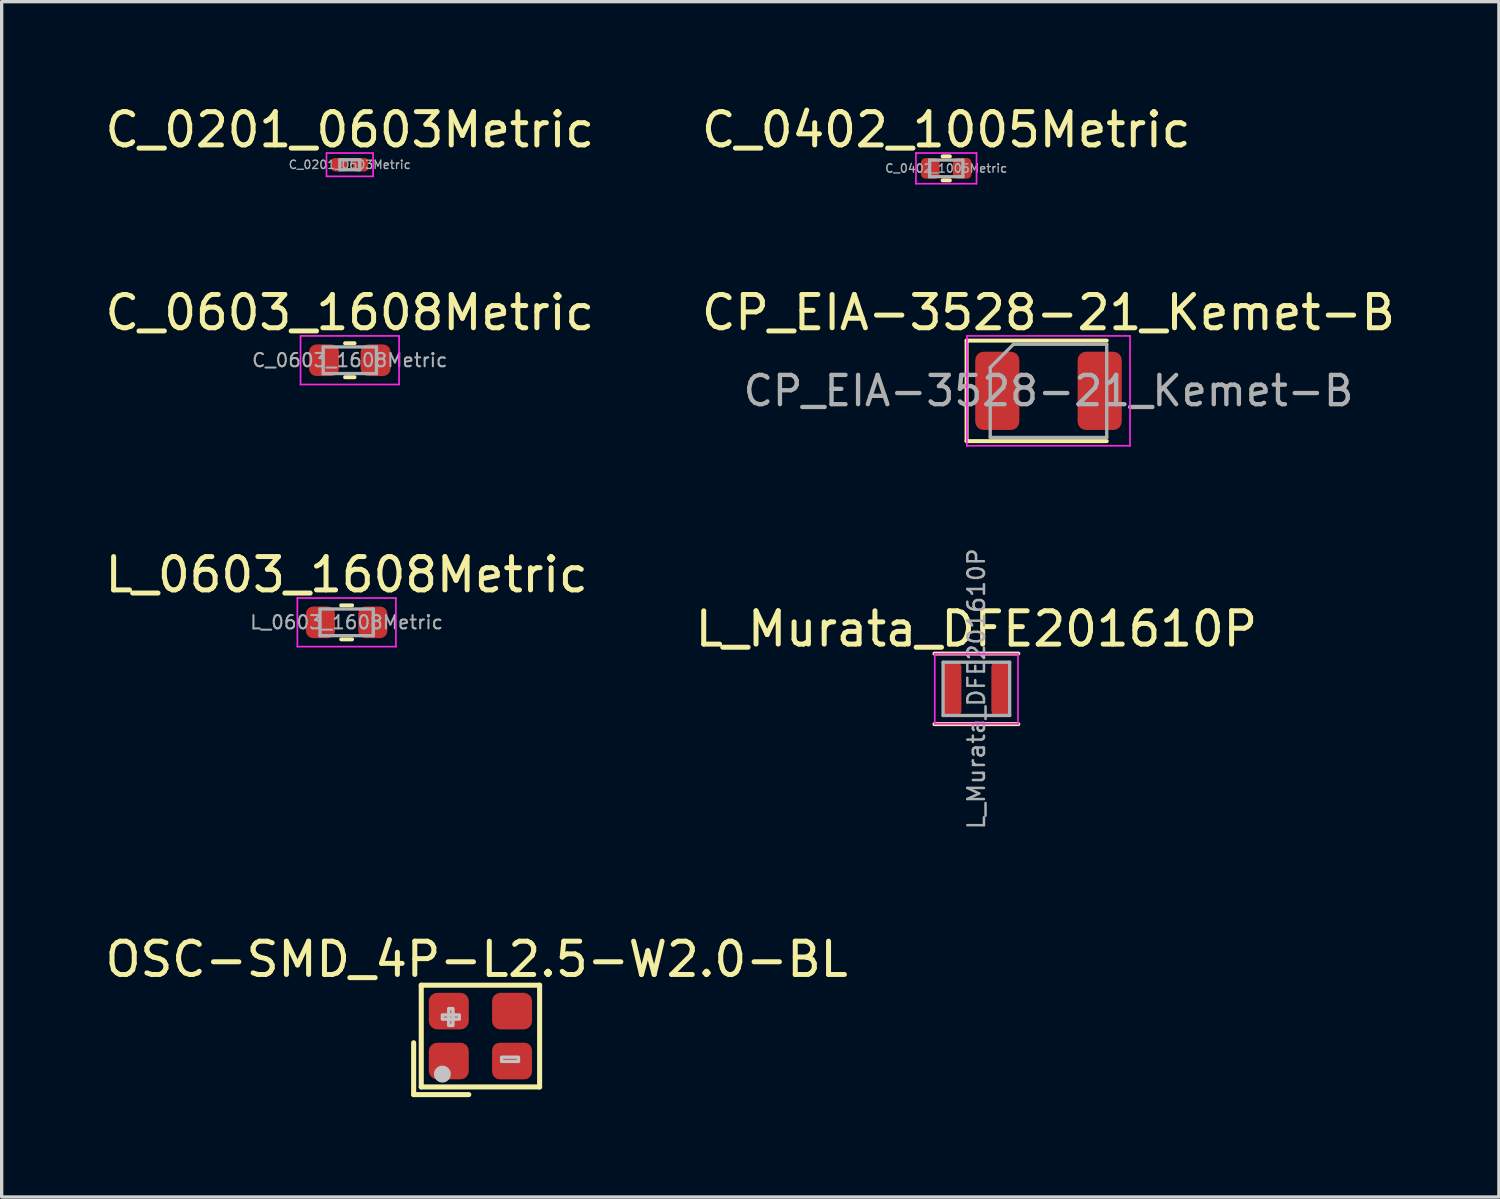
<source format=kicad_pcb>
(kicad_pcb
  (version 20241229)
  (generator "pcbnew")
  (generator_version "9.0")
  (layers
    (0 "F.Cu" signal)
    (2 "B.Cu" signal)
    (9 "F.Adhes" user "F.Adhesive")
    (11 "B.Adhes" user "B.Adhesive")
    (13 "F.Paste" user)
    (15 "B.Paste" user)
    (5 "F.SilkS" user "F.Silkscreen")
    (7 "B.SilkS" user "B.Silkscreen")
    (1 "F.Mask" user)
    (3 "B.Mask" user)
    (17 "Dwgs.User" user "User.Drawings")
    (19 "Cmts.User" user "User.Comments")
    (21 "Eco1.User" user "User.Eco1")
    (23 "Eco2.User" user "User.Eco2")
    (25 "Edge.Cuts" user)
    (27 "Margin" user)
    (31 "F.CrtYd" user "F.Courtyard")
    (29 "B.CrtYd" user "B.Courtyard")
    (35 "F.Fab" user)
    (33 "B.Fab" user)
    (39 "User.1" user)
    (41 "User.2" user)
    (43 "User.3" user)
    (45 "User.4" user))
  (footprint "L_0603_1608Metric"
    (layer "F.Cu")
    (at 7.363 15.645)
    (property "Reference" "L_0603_1608Metric" (at 0 -1.43 0) (layer "F.SilkS") (effects (font (size 1 1) (thickness 0.15))))
    (attr smd)
    (fp_line (start -0.163 -0.51) (end 0.163 -0.51) (stroke (width 0.12) (type solid)) (layer "F.SilkS"))
    (fp_line (start -0.163 0.51) (end 0.163 0.51) (stroke (width 0.12) (type solid)) (layer "F.SilkS"))
    (fp_line (start -1.48 -0.73) (end 1.48 -0.73) (stroke (width 0.05) (type solid)) (layer "F.CrtYd"))
    (fp_line (start -1.48 0.73) (end -1.48 -0.73) (stroke (width 0.05) (type solid)) (layer "F.CrtYd"))
    (fp_line (start 1.48 -0.73) (end 1.48 0.73) (stroke (width 0.05) (type solid)) (layer "F.CrtYd"))
    (fp_line (start 1.48 0.73) (end -1.48 0.73) (stroke (width 0.05) (type solid)) (layer "F.CrtYd"))
    (fp_line (start -0.8 -0.4) (end 0.8 -0.4) (stroke (width 0.1) (type solid)) (layer "F.Fab"))
    (fp_line (start -0.8 0.4) (end -0.8 -0.4) (stroke (width 0.1) (type solid)) (layer "F.Fab"))
    (fp_line (start 0.8 -0.4) (end 0.8 0.4) (stroke (width 0.1) (type solid)) (layer "F.Fab"))
    (fp_line (start 0.8 0.4) (end -0.8 0.4) (stroke (width 0.1) (type solid)) (layer "F.Fab"))
    (fp_text user "${REFERENCE}" (at 0 0 0) (layer "F.Fab") (effects (font (size 0.4 0.4) (thickness 0.06))))
    (pad "1" smd roundrect (at -0.787 0) (size 0.875 0.95) (layers "F.Cu" "F.Mask" "F.Paste") (roundrect_rratio 0.25))
    (pad "2" smd roundrect (at 0.787 0) (size 0.875 0.95) (layers "F.Cu" "F.Mask" "F.Paste") (roundrect_rratio 0.25)))
  (footprint "C_0402_1005Metric"
    (layer "F.Cu")
    (at 25.375 2.008)
    (property "Reference" "C_0402_1005Metric" (at 0 -1.16 0) (layer "F.SilkS") (effects (font (size 1 1) (thickness 0.15))))
    (attr smd)
    (fp_line (start -0.108 -0.36) (end 0.108 -0.36) (stroke (width 0.12) (type solid)) (layer "F.SilkS"))
    (fp_line (start -0.108 0.36) (end 0.108 0.36) (stroke (width 0.12) (type solid)) (layer "F.SilkS"))
    (fp_line (start -0.91 -0.46) (end 0.91 -0.46) (stroke (width 0.05) (type solid)) (layer "F.CrtYd"))
    (fp_line (start -0.91 0.46) (end -0.91 -0.46) (stroke (width 0.05) (type solid)) (layer "F.CrtYd"))
    (fp_line (start 0.91 -0.46) (end 0.91 0.46) (stroke (width 0.05) (type solid)) (layer "F.CrtYd"))
    (fp_line (start 0.91 0.46) (end -0.91 0.46) (stroke (width 0.05) (type solid)) (layer "F.CrtYd"))
    (fp_line (start -0.5 -0.25) (end 0.5 -0.25) (stroke (width 0.1) (type solid)) (layer "F.Fab"))
    (fp_line (start -0.5 0.25) (end -0.5 -0.25) (stroke (width 0.1) (type solid)) (layer "F.Fab"))
    (fp_line (start 0.5 -0.25) (end 0.5 0.25) (stroke (width 0.1) (type solid)) (layer "F.Fab"))
    (fp_line (start 0.5 0.25) (end -0.5 0.25) (stroke (width 0.1) (type solid)) (layer "F.Fab"))
    (fp_text user "${REFERENCE}" (at 0 0 0) (layer "F.Fab") (effects (font (size 0.25 0.25) (thickness 0.04))))
    (pad "1" smd roundrect (at -0.48 0 180) (size 0.56 0.62) (layers "F.Cu" "F.Mask" "F.Paste") (roundrect_rratio 0.25))
    (pad "2" smd roundrect (at 0.48 0 180) (size 0.56 0.62) (layers "F.Cu" "F.Mask" "F.Paste") (roundrect_rratio 0.25)))
  (footprint "CP_EIA-3528-21_Kemet-B"
    (layer "F.Cu")
    (at 28.446 8.691)
    (property "Reference" "CP_EIA-3528-21_Kemet-B" (at 0 -2.35 0) (layer "F.SilkS") (effects (font (size 1 1) (thickness 0.15))))
    (attr smd)
    (fp_line (start -2.46 -1.51) (end -2.46 1.51) (stroke (width 0.12) (type solid)) (layer "F.SilkS"))
    (fp_line (start -2.46 1.51) (end 1.75 1.51) (stroke (width 0.12) (type solid)) (layer "F.SilkS"))
    (fp_line (start 1.75 -1.51) (end -2.46 -1.51) (stroke (width 0.12) (type solid)) (layer "F.SilkS"))
    (fp_line (start -2.45 -1.65) (end 2.45 -1.65) (stroke (width 0.05) (type solid)) (layer "F.CrtYd"))
    (fp_line (start -2.45 1.65) (end -2.45 -1.65) (stroke (width 0.05) (type solid)) (layer "F.CrtYd"))
    (fp_line (start 2.45 -1.65) (end 2.45 1.65) (stroke (width 0.05) (type solid)) (layer "F.CrtYd"))
    (fp_line (start 2.45 1.65) (end -2.45 1.65) (stroke (width 0.05) (type solid)) (layer "F.CrtYd"))
    (fp_line (start -1.75 -0.7) (end -1.75 1.4) (stroke (width 0.1) (type solid)) (layer "F.Fab"))
    (fp_line (start -1.75 1.4) (end 1.75 1.4) (stroke (width 0.1) (type solid)) (layer "F.Fab"))
    (fp_line (start -1.05 -1.4) (end -1.75 -0.7) (stroke (width 0.1) (type solid)) (layer "F.Fab"))
    (fp_line (start 1.75 -1.4) (end -1.05 -1.4) (stroke (width 0.1) (type solid)) (layer "F.Fab"))
    (fp_line (start 1.75 1.4) (end 1.75 -1.4) (stroke (width 0.1) (type solid)) (layer "F.Fab"))
    (fp_text user "${REFERENCE}" (at 0 0 0) (layer "F.Fab") (effects (font (size 0.88 0.88) (thickness 0.13))))
    (pad "1" smd roundrect (at -1.538 0) (size 1.325 2.35) (layers "F.Cu" "F.Mask" "F.Paste") (roundrect_rratio 0.189))
    (pad "2" smd roundrect (at 1.538 0) (size 1.325 2.35) (layers "F.Cu" "F.Mask" "F.Paste") (roundrect_rratio 0.189)))
  (footprint "L_Murata_DFE201610P"
    (layer "F.Cu")
    (at 26.28 17.643)
    (property "Reference" "L_Murata_DFE201610P" (at 0 -1.8 180) (layer "F.SilkS") (effects (font (size 1 1) (thickness 0.15))))
    (attr smd)
    (fp_line (start -1.26 -1.06) (end 1.26 -1.06) (stroke (width 0.12) (type solid)) (layer "F.SilkS"))
    (fp_line (start -1.26 1.06) (end 1.26 1.06) (stroke (width 0.12) (type solid)) (layer "F.SilkS"))
    (fp_line (start -1.25 -1.05) (end -1.25 1.05) (stroke (width 0.05) (type solid)) (layer "F.CrtYd"))
    (fp_line (start -1.25 1.05) (end 1.25 1.05) (stroke (width 0.05) (type solid)) (layer "F.CrtYd"))
    (fp_line (start 1.25 -1.05) (end -1.25 -1.05) (stroke (width 0.05) (type solid)) (layer "F.CrtYd"))
    (fp_line (start 1.25 1.05) (end 1.25 -1.05) (stroke (width 0.05) (type solid)) (layer "F.CrtYd"))
    (fp_line (start -1 -0.8) (end -1 0.8) (stroke (width 0.1) (type solid)) (layer "F.Fab"))
    (fp_line (start -1 0.8) (end 1 0.8) (stroke (width 0.1) (type solid)) (layer "F.Fab"))
    (fp_line (start 1 -0.8) (end -1 -0.8) (stroke (width 0.1) (type solid)) (layer "F.Fab"))
    (fp_line (start 1 0.8) (end 1 -0.8) (stroke (width 0.1) (type solid)) (layer "F.Fab"))
    (fp_text user "${REFERENCE}" (at 0 0 270) (layer "F.Fab") (effects (font (size 0.5 0.5) (thickness 0.075))))
    (pad "1" smd roundrect (at -0.725 0) (size 0.55 1.6) (layers "F.Cu" "F.Mask" "F.Paste") (roundrect_rratio 0.25))
    (pad "2" smd roundrect (at 0.725 0) (size 0.55 1.6) (layers "F.Cu" "F.Mask" "F.Paste") (roundrect_rratio 0.25)))
  (footprint "OSC-SMD_4P-L2.5-W2.0-BL"
    (layer "F.Cu")
    (at 11.382 28.073)
    (property "Reference" "OSC-SMD_4P-L2.5-W2.0-BL" (at -0.114 -2.305 0) (layer "F.SilkS") (effects (font (size 1 1) (thickness 0.15))))
    (fp_line (start -2.006 0.201) (end -2.006 1.758) (stroke (width 0.152) (type default)) (layer "F.SilkS"))
    (fp_line (start -2.006 1.758) (end -0.35 1.758) (stroke (width 0.152) (type default)) (layer "F.SilkS"))
    (fp_line (start -1.778 -1.528) (end 1.778 -1.528) (stroke (width 0.152) (type default)) (layer "F.SilkS"))
    (fp_line (start -1.778 1.528) (end -1.778 -1.528) (stroke (width 0.152) (type default)) (layer "F.SilkS"))
    (fp_line (start 1.778 -1.528) (end 1.778 1.528) (stroke (width 0.152) (type default)) (layer "F.SilkS"))
    (fp_line (start 1.778 1.528) (end -1.778 1.528) (stroke (width 0.152) (type default)) (layer "F.SilkS"))
    (fp_circle (center -1.143 1.143) (end -1.016 1.143) (stroke (width 0.254) (type default)) (fill no) (layer "Dwgs.User"))
    (fp_poly (pts (xy -1.143 -0.635) (xy -0.635 -0.635) (xy -0.635 -0.508) (xy -1.143 -0.508)) (stroke (width 0.1) (type default)) (fill no) (layer "Dwgs.User"))
    (fp_poly (pts (xy -0.953 -0.318) (xy -0.953 -0.826) (xy -0.826 -0.826) (xy -0.826 -0.318)) (stroke (width 0.1) (type default)) (fill no) (layer "Dwgs.User"))
    (fp_poly (pts (xy 0.635 0.635) (xy 1.143 0.635) (xy 1.143 0.762) (xy 0.635 0.762)) (stroke (width 0.1) (type default)) (fill no) (layer "Dwgs.User"))
    (fp_poly (pts (xy -1.25 -1) (xy -0.45 -1) (xy -0.45 -0.325) (xy -1.25 -0.325)) (stroke (width 0.1) (type default)) (fill no) (layer "User.1"))
    (fp_poly (pts (xy -0.45 1) (xy -1.25 1) (xy -1.25 0.325) (xy -0.45 0.325)) (stroke (width 0.1) (type default)) (fill no) (layer "User.1"))
    (fp_poly (pts (xy 1.25 -0.325) (xy 0.45 -0.325) (xy 0.45 -1) (xy 1.25 -1)) (stroke (width 0.1) (type default)) (fill no) (layer "User.1"))
    (fp_poly (pts (xy 1.25 1) (xy 0.45 1) (xy 0.45 0.325) (xy 1.25 0.325)) (stroke (width 0.1) (type default)) (fill no) (layer "User.1"))
    (fp_line (start -1.25 -1) (end 1.25 -1) (stroke (width 0.051) (type default)) (layer "User.2"))
    (fp_line (start -1.25 1) (end -1.25 -1) (stroke (width 0.051) (type default)) (layer "User.2"))
    (fp_line (start 1.25 -1) (end 1.25 1) (stroke (width 0.051) (type default)) (layer "User.2"))
    (fp_line (start 1.25 1) (end -1.25 1) (stroke (width 0.051) (type default)) (layer "User.2"))
    (fp_poly (pts (xy -1.19 1) (xy -1.208 0.958) (xy -1.25 0.94) (xy -1.292 0.958) (xy -1.31 1) (xy -1.292 1.042) (xy -1.25 1.06) (xy -1.208 1.042)) (stroke (width 0.1) (type default)) (fill no) (layer "User.3"))
    (pad "1" smd roundrect (at -0.95 0.75) (size 1.2 1.1) (layers "F.Cu" "F.Mask" "F.Paste") (roundrect_rratio 0.227))
    (pad "2" smd roundrect (at 0.95 0.75) (size 1.2 1.1) (layers "F.Cu" "F.Mask" "F.Paste") (roundrect_rratio 0.208))
    (pad "3" smd roundrect (at 0.95 -0.75) (size 1.2 1.1) (layers "F.Cu" "F.Mask" "F.Paste") (roundrect_rratio 0.227))
    (pad "4" smd roundrect (at -0.95 -0.75) (size 1.2 1.1) (layers "F.Cu" "F.Mask" "F.Paste") (roundrect_rratio 0.227)))
  (footprint "C_0201_0603Metric"
    (layer "F.Cu")
    (at 7.458 1.898)
    (property "Reference" "C_0201_0603Metric" (at 0 -1.05 180) (layer "F.SilkS") (effects (font (size 1 1) (thickness 0.15))))
    (attr smd)
    (fp_line (start -0.7 -0.35) (end 0.7 -0.35) (stroke (width 0.05) (type solid)) (layer "F.CrtYd"))
    (fp_line (start -0.7 0.35) (end -0.7 -0.35) (stroke (width 0.05) (type solid)) (layer "F.CrtYd"))
    (fp_line (start 0.7 -0.35) (end 0.7 0.35) (stroke (width 0.05) (type solid)) (layer "F.CrtYd"))
    (fp_line (start 0.7 0.35) (end -0.7 0.35) (stroke (width 0.05) (type solid)) (layer "F.CrtYd"))
    (fp_line (start -0.3 -0.15) (end 0.3 -0.15) (stroke (width 0.1) (type solid)) (layer "F.Fab"))
    (fp_line (start -0.3 0.15) (end -0.3 -0.15) (stroke (width 0.1) (type solid)) (layer "F.Fab"))
    (fp_line (start 0.3 -0.15) (end 0.3 0.15) (stroke (width 0.1) (type solid)) (layer "F.Fab"))
    (fp_line (start 0.3 0.15) (end -0.3 0.15) (stroke (width 0.1) (type solid)) (layer "F.Fab"))
    (fp_text user "${REFERENCE}" (at 0 0 180) (layer "F.Fab") (effects (font (size 0.25 0.25) (thickness 0.04))))
    (pad "" smd roundrect (at -0.345 0) (size 0.318 0.36) (layers "F.Paste") (roundrect_rratio 0.25))
    (pad "" smd roundrect (at 0.345 0) (size 0.318 0.36) (layers "F.Paste") (roundrect_rratio 0.25))
    (pad "1" smd roundrect (at -0.32 0) (size 0.46 0.4) (layers "F.Cu" "F.Mask") (roundrect_rratio 0.25))
    (pad "2" smd roundrect (at 0.32 0) (size 0.46 0.4) (layers "F.Cu" "F.Mask") (roundrect_rratio 0.25)))
  (footprint "C_0603_1608Metric"
    (layer "F.Cu")
    (at 7.458 7.771)
    (property "Reference" "C_0603_1608Metric" (at 0 -1.43 180) (layer "F.SilkS") (effects (font (size 1 1) (thickness 0.15))))
    (attr smd)
    (fp_line (start -0.141 -0.51) (end 0.141 -0.51) (stroke (width 0.12) (type solid)) (layer "F.SilkS"))
    (fp_line (start -0.141 0.51) (end 0.141 0.51) (stroke (width 0.12) (type solid)) (layer "F.SilkS"))
    (fp_line (start -1.48 -0.73) (end 1.48 -0.73) (stroke (width 0.05) (type solid)) (layer "F.CrtYd"))
    (fp_line (start -1.48 0.73) (end -1.48 -0.73) (stroke (width 0.05) (type solid)) (layer "F.CrtYd"))
    (fp_line (start 1.48 -0.73) (end 1.48 0.73) (stroke (width 0.05) (type solid)) (layer "F.CrtYd"))
    (fp_line (start 1.48 0.73) (end -1.48 0.73) (stroke (width 0.05) (type solid)) (layer "F.CrtYd"))
    (fp_line (start -0.8 -0.4) (end 0.8 -0.4) (stroke (width 0.1) (type solid)) (layer "F.Fab"))
    (fp_line (start -0.8 0.4) (end -0.8 -0.4) (stroke (width 0.1) (type solid)) (layer "F.Fab"))
    (fp_line (start 0.8 -0.4) (end 0.8 0.4) (stroke (width 0.1) (type solid)) (layer "F.Fab"))
    (fp_line (start 0.8 0.4) (end -0.8 0.4) (stroke (width 0.1) (type solid)) (layer "F.Fab"))
    (fp_text user "${REFERENCE}" (at 0 0 180) (layer "F.Fab") (effects (font (size 0.4 0.4) (thickness 0.06))))
    (pad "1" smd roundrect (at -0.775 0) (size 0.9 0.95) (layers "F.Cu" "F.Mask" "F.Paste") (roundrect_rratio 0.25))
    (pad "2" smd roundrect (at 0.775 0) (size 0.9 0.95) (layers "F.Cu" "F.Mask" "F.Paste") (roundrect_rratio 0.25)))
  (gr_rect
    (start -3 -3)
    (end 41.976 32.907)
    (stroke (width 0.1) (type default))
    (fill no)
    (layer "Edge.Cuts")))
</source>
